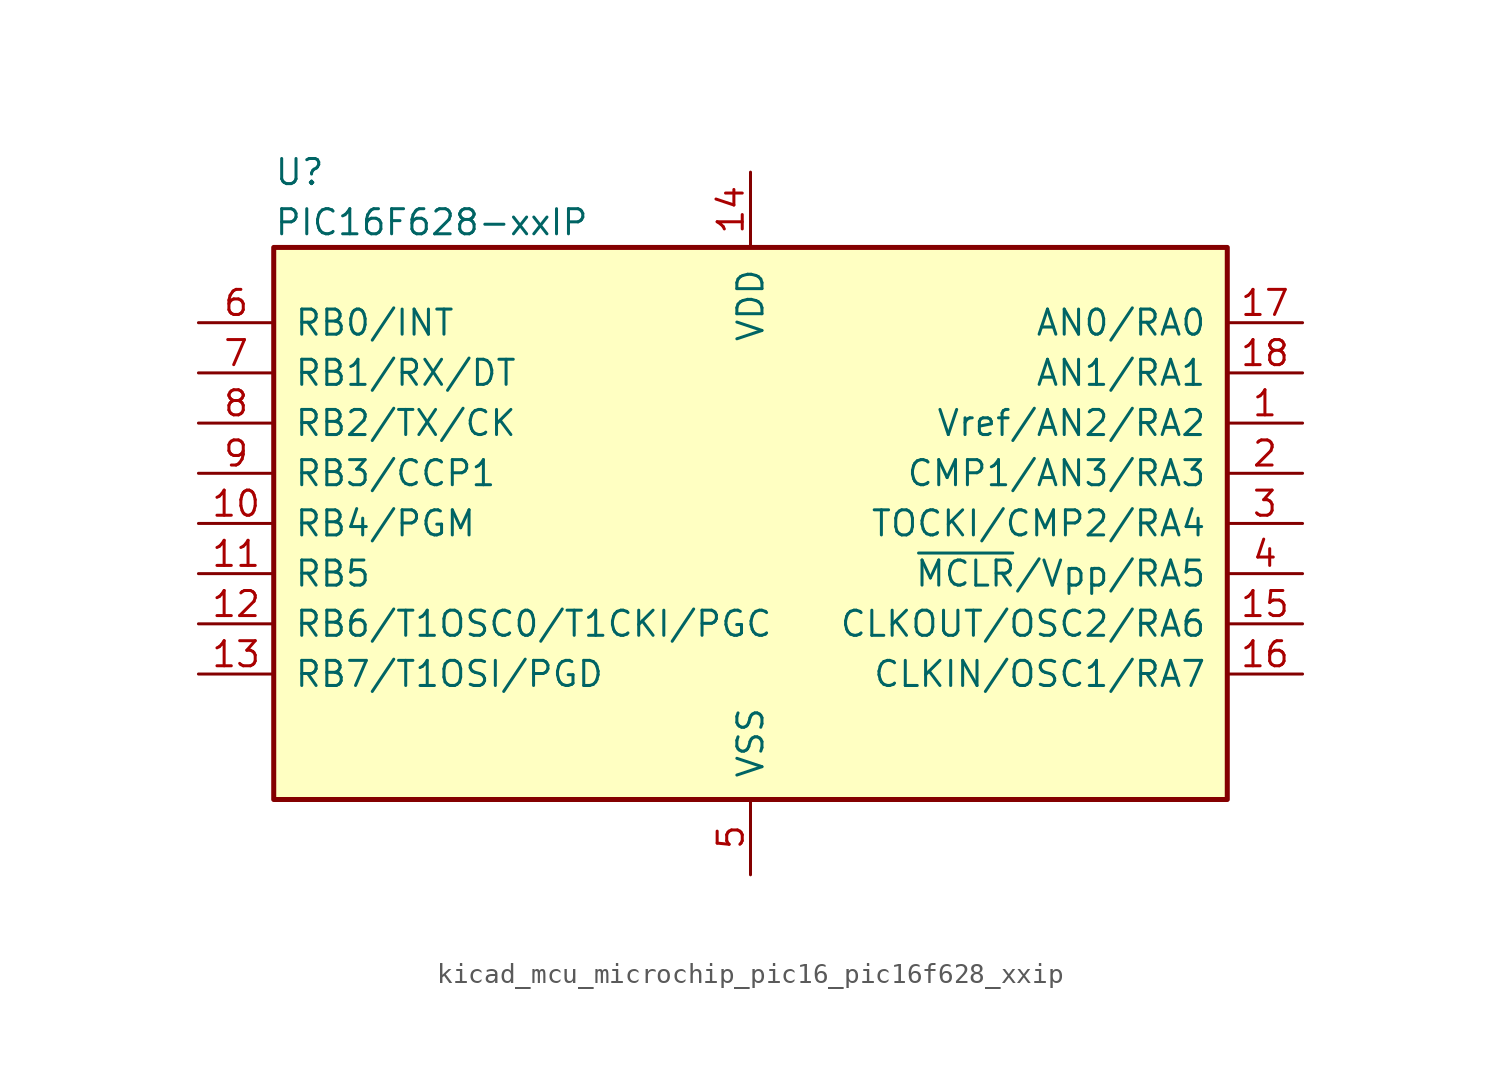
<source format=kicad_sym>
(kicad_symbol_lib
  (version 20220914)
  (generator kicad_symbol_editor)
  (symbol "kicad_mcu_microchip_pic16_pic16f628_xxip"
    (pin_names
      (offset 1.016))
    (property "Reference" "U"
      (at -24.13 17.78 0)
      (effects (font (size 1.27 1.27)) (justify left)))
    (property "Value" "PIC16F628-xxIP"
      (at -24.13 15.24 0)
      (effects (font (size 1.27 1.27)) (justify left)))
    (symbol "kicad_mcu_microchip_pic16_pic16f628_xxip_0_1"
      (rectangle (start 24.13 13.97) (end -24.13 -13.97) (stroke (width 0.254) (type default)) (fill (type background))))
    (symbol "kicad_mcu_microchip_pic16_pic16f628_xxip_1_1"
      (pin bidirectional line (at 27.94 5.08 180) (length 3.81) (name "Vref/AN2/RA2" (effects (font (size 1.27 1.27)))) (number "1" (effects (font (size 1.27 1.27)))))
      (pin bidirectional line (at -27.94 0 0) (length 3.81) (name "RB4/PGM" (effects (font (size 1.27 1.27)))) (number "10" (effects (font (size 1.27 1.27)))))
      (pin bidirectional line (at -27.94 -2.54 0) (length 3.81) (name "RB5" (effects (font (size 1.27 1.27)))) (number "11" (effects (font (size 1.27 1.27)))))
      (pin bidirectional line (at -27.94 -5.08 0) (length 3.81) (name "RB6/T1OSC0/T1CKI/PGC" (effects (font (size 1.27 1.27)))) (number "12" (effects (font (size 1.27 1.27)))))
      (pin bidirectional line (at -27.94 -7.62 0) (length 3.81) (name "RB7/T1OSI/PGD" (effects (font (size 1.27 1.27)))) (number "13" (effects (font (size 1.27 1.27)))))
      (pin power_in line (at 0 17.78 270) (length 3.81) (name "VDD" (effects (font (size 1.27 1.27)))) (number "14" (effects (font (size 1.27 1.27)))))
      (pin bidirectional line (at 27.94 -5.08 180) (length 3.81) (name "CLKOUT/OSC2/RA6" (effects (font (size 1.27 1.27)))) (number "15" (effects (font (size 1.27 1.27)))))
      (pin bidirectional line (at 27.94 -7.62 180) (length 3.81) (name "CLKIN/OSC1/RA7" (effects (font (size 1.27 1.27)))) (number "16" (effects (font (size 1.27 1.27)))))
      (pin bidirectional line (at 27.94 10.16 180) (length 3.81) (name "AN0/RA0" (effects (font (size 1.27 1.27)))) (number "17" (effects (font (size 1.27 1.27)))))
      (pin bidirectional line (at 27.94 7.62 180) (length 3.81) (name "AN1/RA1" (effects (font (size 1.27 1.27)))) (number "18" (effects (font (size 1.27 1.27)))))
      (pin bidirectional line (at 27.94 2.54 180) (length 3.81) (name "CMP1/AN3/RA3" (effects (font (size 1.27 1.27)))) (number "2" (effects (font (size 1.27 1.27)))))
      (pin bidirectional line (at 27.94 0 180) (length 3.81) (name "TOCKI/CMP2/RA4" (effects (font (size 1.27 1.27)))) (number "3" (effects (font (size 1.27 1.27)))))
      (pin input line (at 27.94 -2.54 180) (length 3.81) (name "~{MCLR}/Vpp/RA5" (effects (font (size 1.27 1.27)))) (number "4" (effects (font (size 1.27 1.27)))))
      (pin power_in line (at 0 -17.78 90) (length 3.81) (name "VSS" (effects (font (size 1.27 1.27)))) (number "5" (effects (font (size 1.27 1.27)))))
      (pin bidirectional line (at -27.94 10.16 0) (length 3.81) (name "RB0/INT" (effects (font (size 1.27 1.27)))) (number "6" (effects (font (size 1.27 1.27)))))
      (pin bidirectional line (at -27.94 7.62 0) (length 3.81) (name "RB1/RX/DT" (effects (font (size 1.27 1.27)))) (number "7" (effects (font (size 1.27 1.27)))))
      (pin bidirectional line (at -27.94 5.08 0) (length 3.81) (name "RB2/TX/CK" (effects (font (size 1.27 1.27)))) (number "8" (effects (font (size 1.27 1.27)))))
      (pin bidirectional line (at -27.94 2.54 0) (length 3.81) (name "RB3/CCP1" (effects (font (size 1.27 1.27)))) (number "9" (effects (font (size 1.27 1.27))))))))
</source>
